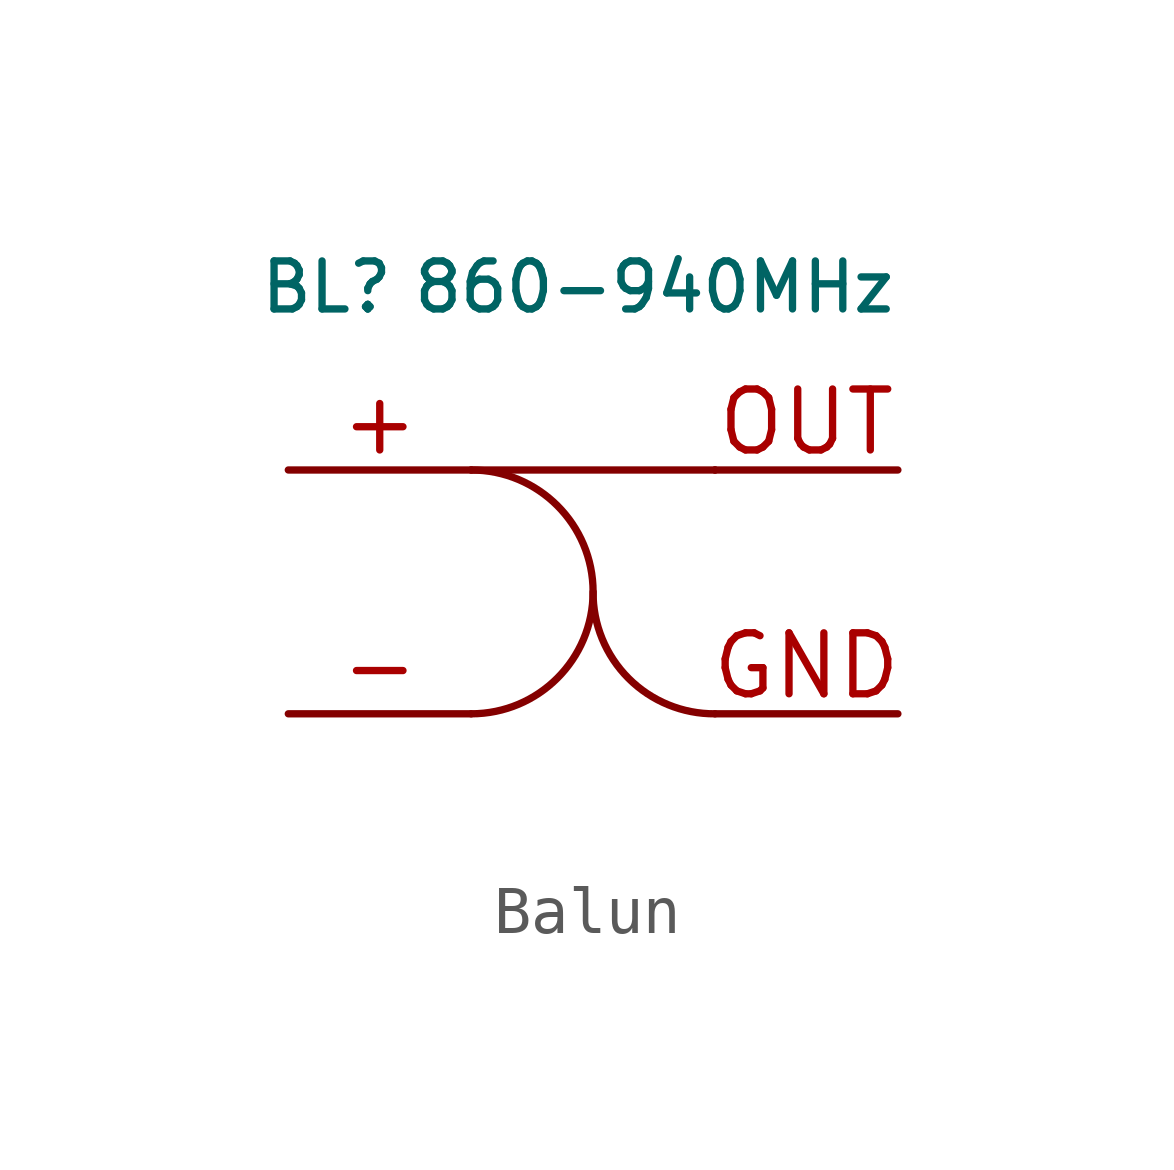
<source format=kicad_sym>
(kicad_symbol_lib
  (version 20231120)
  (generator "kicad_symbol_editor")
  (generator_version "8.0")
  (symbol "Balun"
    (property "Reference" "BL"
      (at -6.985 6.35 0)
      (do_not_autoplace)
      (effects (font (size 1 1)) (justify left)))
    (property "Value" "860-940MHz"
      (at 6.35 6.35 0)
      (do_not_autoplace)
      (effects (font (size 1 1)) (justify right)))
    (property "MPN" ""
      (at 0 -4.445 0)
      (do_not_autoplace)
      (effects (font (size 1 1))))
    (symbol "Balun_0_1"
      (polyline (pts (xy -2.54 2.54) (xy 2.54 2.54)) (stroke (width 0) (type default)) (fill (type none)))
      (polyline (pts (xy 2.54 2.54) (xy 2.54 2.54)) (stroke (width 0) (type default)) (fill (type none)))
      (arc (start 0 0) (mid 0.7423 -1.8049) (end 2.54 -2.54) (stroke (width 0) (type default)) (fill (type none))))
    (symbol "Balun_1_1"
      (arc (start -2.54 -2.54) (mid -0.011 0) (end -2.54 2.54) (stroke (width 0) (type default)) (fill (type none)))
      (pin passive line (at -6.35 2.54 0) (length 3.81) (name "~" (effects (font (size 1.27 1.27)))) (number "+" (effects (font (size 1.27 1.27)))))
      (pin passive line (at -6.35 -2.54 0) (length 3.81) (name "~" (effects (font (size 1.27 1.27)))) (number "-" (effects (font (size 1.27 1.27)))))
      (pin passive line (at 6.35 -2.54 180) (length 3.81) (name "~" (effects (font (size 1.27 1.27)))) (number "GND" (effects (font (size 1.27 1.27)))))
      (pin passive line (at 6.35 2.54 180) (length 3.81) (name "~" (effects (font (size 1.27 1.27)))) (number "OUT" (effects (font (size 1.27 1.27))))))))
</source>
